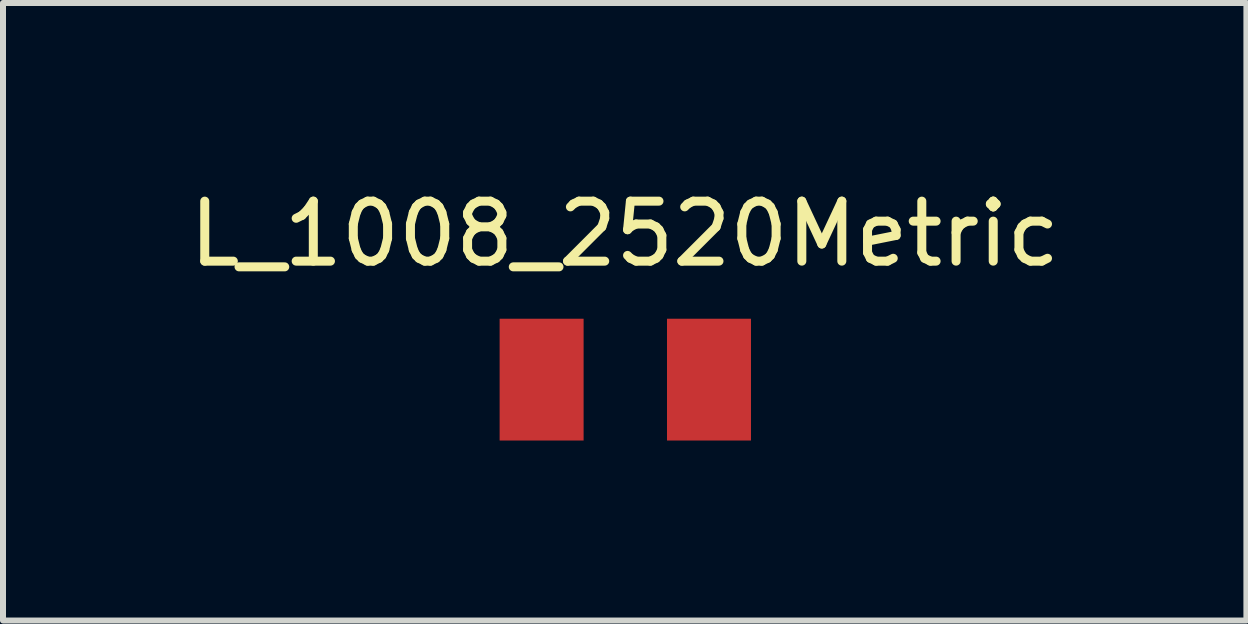
<source format=kicad_pcb>
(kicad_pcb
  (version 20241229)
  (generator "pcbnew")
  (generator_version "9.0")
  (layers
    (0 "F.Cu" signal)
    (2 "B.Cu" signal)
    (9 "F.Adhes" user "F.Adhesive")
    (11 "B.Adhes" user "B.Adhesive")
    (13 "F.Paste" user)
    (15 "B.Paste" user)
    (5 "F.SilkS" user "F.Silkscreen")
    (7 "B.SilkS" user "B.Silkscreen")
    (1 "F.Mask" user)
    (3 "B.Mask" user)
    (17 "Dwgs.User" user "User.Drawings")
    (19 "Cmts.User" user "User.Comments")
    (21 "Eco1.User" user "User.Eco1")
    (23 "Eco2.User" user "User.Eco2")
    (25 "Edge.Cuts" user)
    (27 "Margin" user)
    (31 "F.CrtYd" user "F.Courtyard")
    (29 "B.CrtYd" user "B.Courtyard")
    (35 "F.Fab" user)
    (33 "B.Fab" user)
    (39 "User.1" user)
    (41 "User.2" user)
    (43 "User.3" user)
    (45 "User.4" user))
  (footprint "L_1008_2520Metric"
    (layer "F.Cu")
    (at 7.373 3.278)
    (property "Reference" "L_1008_2520Metric" (at -0.01 -2.43 0) (layer "F.SilkS") (effects (font (size 1 1) (thickness 0.15))))
    (attr through_hole)
    (pad "1" smd rect (at -1.395 0) (size 1.4 2.03) (layers "F.Cu" "F.Mask" "F.Paste"))
    (pad "2" smd rect (at 1.395 0) (size 1.4 2.03) (layers "F.Cu" "F.Mask" "F.Paste")))
  (gr_rect
    (start -3 -3)
    (end 17.726 7.293)
    (stroke (width 0.1) (type default))
    (fill no)
    (layer "Edge.Cuts")))
</source>
